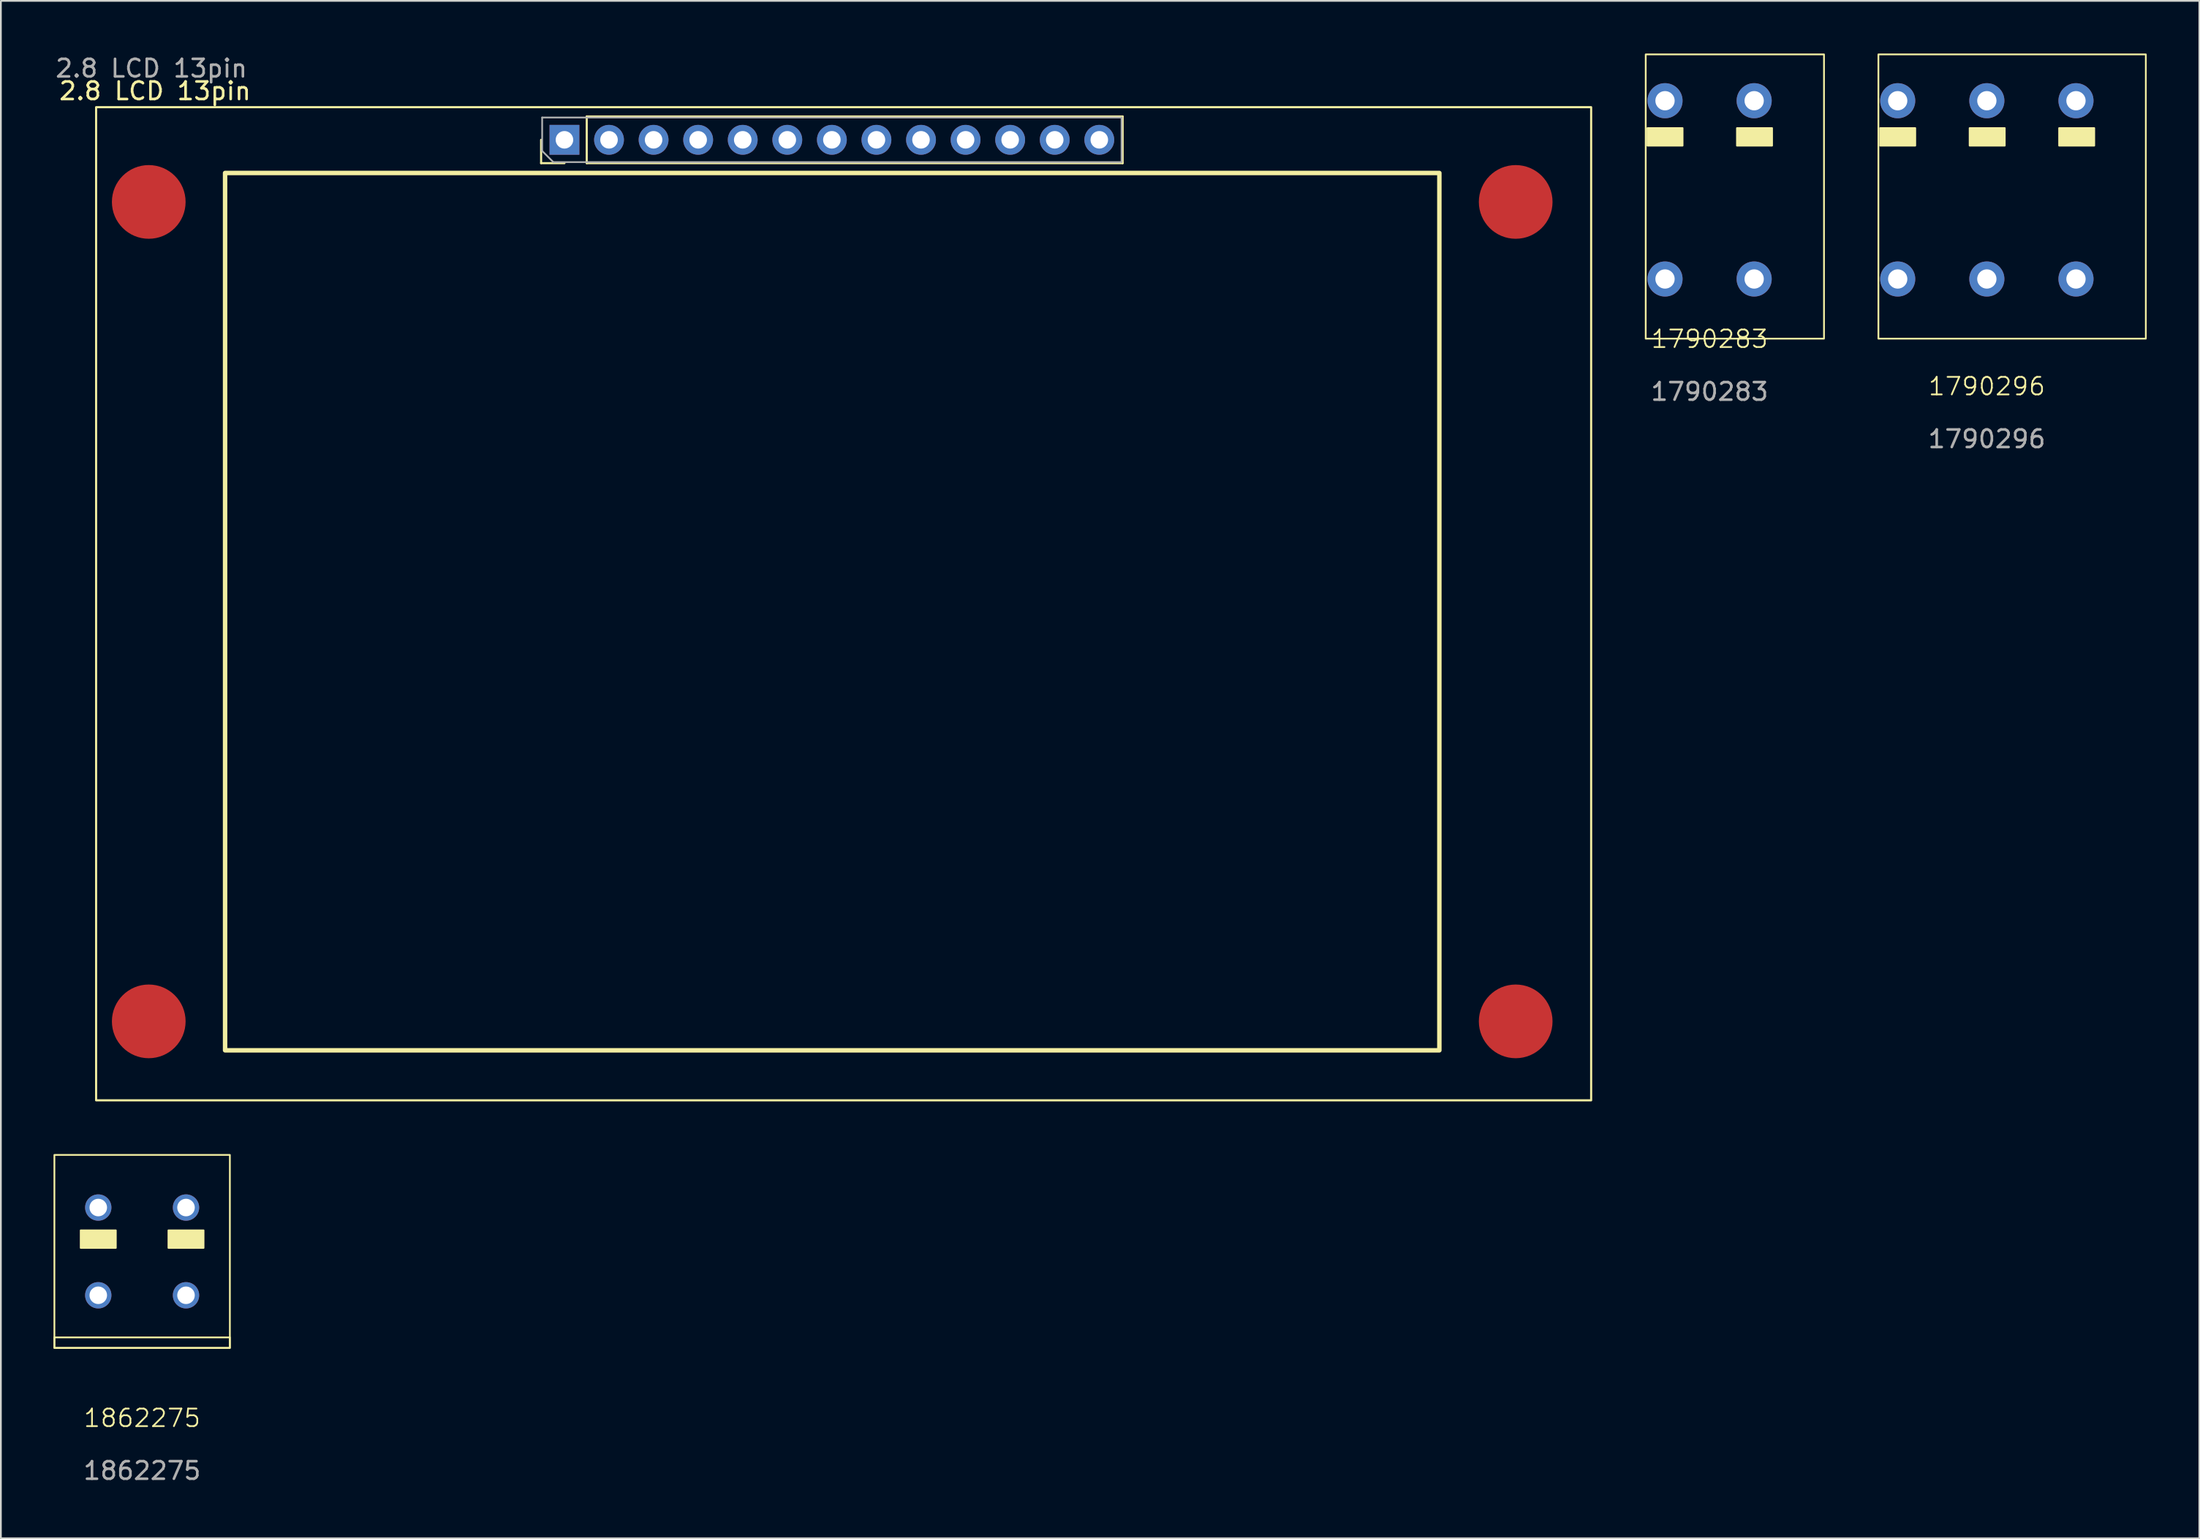
<source format=kicad_pcb>
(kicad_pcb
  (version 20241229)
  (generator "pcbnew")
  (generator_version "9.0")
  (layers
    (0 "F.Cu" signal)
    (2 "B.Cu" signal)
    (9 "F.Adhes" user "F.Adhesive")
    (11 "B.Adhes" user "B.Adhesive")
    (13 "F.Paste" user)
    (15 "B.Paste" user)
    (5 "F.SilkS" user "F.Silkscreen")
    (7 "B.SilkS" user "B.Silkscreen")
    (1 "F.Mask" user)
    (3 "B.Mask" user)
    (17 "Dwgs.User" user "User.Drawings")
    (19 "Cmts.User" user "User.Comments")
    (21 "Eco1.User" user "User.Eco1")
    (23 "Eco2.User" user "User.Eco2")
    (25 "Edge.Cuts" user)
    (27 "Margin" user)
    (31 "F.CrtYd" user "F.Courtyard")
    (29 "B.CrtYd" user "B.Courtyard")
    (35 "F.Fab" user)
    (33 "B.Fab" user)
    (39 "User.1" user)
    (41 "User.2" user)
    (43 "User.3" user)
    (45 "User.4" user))
  (footprint "2.8 LCD 13pin"
    (layer "F.Cu")
    (at 2.427 4.058)
    (property "Reference" "2.8 LCD 13pin" (at 3.36 -1.92 0) (unlocked yes) (layer "F.SilkS") (effects (font (size 1 1) (thickness 0.15))))
    (attr through_hole)
    (fp_line (start 25.36 2.19) (end 25.36 0.86) (stroke (width 0.12) (type solid)) (layer "F.SilkS"))
    (fp_line (start 26.69 2.19) (end 25.36 2.19) (stroke (width 0.12) (type solid)) (layer "F.SilkS"))
    (fp_line (start 27.96 -0.47) (end 58.5 -0.47) (stroke (width 0.12) (type solid)) (layer "F.SilkS"))
    (fp_line (start 27.96 2.19) (end 27.96 -0.47) (stroke (width 0.12) (type solid)) (layer "F.SilkS"))
    (fp_line (start 27.96 2.19) (end 58.5 2.19) (stroke (width 0.12) (type solid)) (layer "F.SilkS"))
    (fp_line (start 58.5 2.19) (end 58.5 -0.47) (stroke (width 0.12) (type solid)) (layer "F.SilkS"))
    (fp_rect (start 0 -1) (end 85.2 55.6) (stroke (width 0.12) (type solid)) (fill no) (layer "F.SilkS"))
    (fp_rect (start 7.35 2.75) (end 76.55 52.75) (stroke (width 0.254) (type solid)) (fill no) (layer "F.SilkS"))
    (fp_line (start 25.42 -0.41) (end 58.44 -0.41) (stroke (width 0.1) (type solid)) (layer "F.Fab"))
    (fp_line (start 25.42 1.495) (end 25.42 -0.41) (stroke (width 0.1) (type solid)) (layer "F.Fab"))
    (fp_line (start 26.055 2.13) (end 25.42 1.495) (stroke (width 0.1) (type solid)) (layer "F.Fab"))
    (fp_line (start 58.44 -0.41) (end 58.44 2.13) (stroke (width 0.1) (type solid)) (layer "F.Fab"))
    (fp_line (start 58.44 2.13) (end 26.055 2.13) (stroke (width 0.1) (type solid)) (layer "F.Fab"))
    (fp_text user "${REFERENCE}" (at 3.15 -3.21 0) (unlocked yes) (layer "F.Fab") (effects (font (size 1 1) (thickness 0.15))))
    (pad "1" connect circle (at 3 4.4) (size 4.2 4.2) (layers "F.Cu" "F.Mask"))
    (pad "1" connect circle (at 3 51.1) (size 4.2 4.2) (layers "F.Cu" "F.Mask"))
    (pad "1" thru_hole rect (at 26.69 0.86 90) (size 1.7 1.7) (drill 1) (layers "*.Cu" "*.Mask"))
    (pad "1" connect circle (at 80.9 4.4) (size 4.2 4.2) (layers "F.Cu" "F.Mask"))
    (pad "1" connect circle (at 80.9 51.1) (size 4.2 4.2) (layers "F.Cu" "F.Mask"))
    (pad "2" thru_hole oval (at 29.23 0.86 90) (size 1.7 1.7) (drill 1) (layers "*.Cu" "*.Mask"))
    (pad "3" thru_hole oval (at 31.77 0.86 90) (size 1.7 1.7) (drill 1) (layers "*.Cu" "*.Mask"))
    (pad "4" thru_hole oval (at 34.31 0.86 90) (size 1.7 1.7) (drill 1) (layers "*.Cu" "*.Mask"))
    (pad "5" thru_hole oval (at 36.85 0.86 90) (size 1.7 1.7) (drill 1) (layers "*.Cu" "*.Mask"))
    (pad "6" thru_hole oval (at 39.39 0.86 90) (size 1.7 1.7) (drill 1) (layers "*.Cu" "*.Mask"))
    (pad "7" thru_hole oval (at 41.93 0.86 90) (size 1.7 1.7) (drill 1) (layers "*.Cu" "*.Mask"))
    (pad "8" thru_hole oval (at 44.47 0.86 90) (size 1.7 1.7) (drill 1) (layers "*.Cu" "*.Mask"))
    (pad "9" thru_hole oval (at 47.01 0.86 90) (size 1.7 1.7) (drill 1) (layers "*.Cu" "*.Mask"))
    (pad "10" thru_hole oval (at 49.55 0.86 90) (size 1.7 1.7) (drill 1) (layers "*.Cu" "*.Mask"))
    (pad "11" thru_hole oval (at 52.09 0.86 90) (size 1.7 1.7) (drill 1) (layers "*.Cu" "*.Mask"))
    (pad "12" thru_hole oval (at 54.63 0.86 90) (size 1.7 1.7) (drill 1) (layers "*.Cu" "*.Mask"))
    (pad "13" thru_hole oval (at 57.17 0.86 90) (size 1.7 1.7) (drill 1) (layers "*.Cu" "*.Mask")))
  (footprint "1862275"
    (layer "F.Cu")
    (at 5.05 68.268)
    (property "Reference" "1862275" (at 0 9.5 0) (unlocked yes) (layer "F.SilkS") (effects (font (size 1 1) (thickness 0.1))))
    (attr through_hole)
    (fp_rect (start -5 -5.5) (end 5 5.5) (stroke (width 0.1) (type default)) (fill no) (layer "F.SilkS"))
    (fp_rect (start -5 4.9) (end 5 5.5) (stroke (width 0.1) (type default)) (fill no) (layer "F.SilkS"))
    (fp_rect (start -3.5 -1.2) (end -1.5 -0.2) (stroke (width 0.1) (type solid)) (fill yes) (layer "F.SilkS"))
    (fp_rect (start 1.5 -1.2) (end 3.5 -0.2) (stroke (width 0.1) (type solid)) (fill yes) (layer "F.SilkS"))
    (fp_text user "${REFERENCE}" (at 0 12.5 0) (unlocked yes) (layer "F.Fab") (effects (font (size 1 1) (thickness 0.15))))
    (pad "1" thru_hole circle (at -2.5 -2.5) (size 1.5 1.5) (drill 1) (layers "*.Cu" "*.Mask"))
    (pad "1" thru_hole circle (at -2.5 2.5) (size 1.5 1.5) (drill 1) (layers "*.Cu" "*.Mask"))
    (pad "2" thru_hole circle (at 2.5 -2.5) (size 1.5 1.5) (drill 1) (layers "*.Cu" "*.Mask"))
    (pad "2" thru_hole circle (at 2.5 2.5) (size 1.5 1.5) (drill 1) (layers "*.Cu" "*.Mask")))
  (footprint "1790296"
    (layer "F.Cu")
    (at 110.177 7.77)
    (property "Reference" "1790296" (at 0 11.2 0) (unlocked yes) (layer "F.SilkS") (effects (font (size 1 1) (thickness 0.1))))
    (attr through_hole)
    (fp_rect (start -6.18 -7.72) (end 9.06 8.48) (stroke (width 0.1) (type default)) (fill no) (layer "F.SilkS"))
    (fp_rect (start -6.08 -3.52) (end -4.08 -2.52) (stroke (width 0.1) (type solid)) (fill yes) (layer "F.SilkS"))
    (fp_rect (start -0.98 -3.52) (end 1.02 -2.52) (stroke (width 0.1) (type solid)) (fill yes) (layer "F.SilkS"))
    (fp_rect (start 4.12 -3.52) (end 6.12 -2.52) (stroke (width 0.1) (type solid)) (fill yes) (layer "F.SilkS"))
    (fp_text user "${REFERENCE}" (at 0 14.2 0) (unlocked yes) (layer "F.Fab") (effects (font (size 1 1) (thickness 0.15))))
    (pad "1" thru_hole circle (at -5.08 -5.08) (size 2 2) (drill 1.1) (layers "*.Cu" "*.Mask"))
    (pad "1" thru_hole circle (at -5.08 5.08) (size 2 2) (drill 1.1) (layers "*.Cu" "*.Mask"))
    (pad "2" thru_hole circle (at 0 -5.08) (size 2 2) (drill 1.1) (layers "*.Cu" "*.Mask"))
    (pad "2" thru_hole circle (at 0 5.08) (size 2 2) (drill 1.1) (layers "*.Cu" "*.Mask"))
    (pad "3" thru_hole circle (at 5.08 -5.08) (size 2 2) (drill 1.1) (layers "*.Cu" "*.Mask"))
    (pad "3" thru_hole circle (at 5.08 5.08) (size 2 2) (drill 1.1) (layers "*.Cu" "*.Mask")))
  (footprint "1790283"
    (layer "F.Cu")
    (at 94.377 7.77)
    (property "Reference" "1790283" (at 0 8.5 0) (unlocked yes) (layer "F.SilkS") (effects (font (size 1 1) (thickness 0.1))))
    (attr through_hole)
    (fp_rect (start -3.64 -7.72) (end 6.52 8.48) (stroke (width 0.1) (type default)) (fill no) (layer "F.SilkS"))
    (fp_rect (start -3.54 -3.52) (end -1.54 -2.52) (stroke (width 0.1) (type solid)) (fill yes) (layer "F.SilkS"))
    (fp_rect (start 1.56 -3.52) (end 3.56 -2.52) (stroke (width 0.1) (type solid)) (fill yes) (layer "F.SilkS"))
    (fp_text user "${REFERENCE}" (at 0 11.5 0) (unlocked yes) (layer "F.Fab") (effects (font (size 1 1) (thickness 0.15))))
    (pad "1" thru_hole circle (at -2.54 -5.08) (size 2 2) (drill 1.1) (layers "*.Cu" "*.Mask"))
    (pad "1" thru_hole circle (at -2.54 5.08) (size 2 2) (drill 1.1) (layers "*.Cu" "*.Mask"))
    (pad "2" thru_hole circle (at 2.54 -5.08) (size 2 2) (drill 1.1) (layers "*.Cu" "*.Mask"))
    (pad "2" thru_hole circle (at 2.54 5.08) (size 2 2) (drill 1.1) (layers "*.Cu" "*.Mask")))
  (gr_rect
    (start -3 -3)
    (end 122.287 84.617)
    (stroke (width 0.1) (type default))
    (fill no)
    (layer "Edge.Cuts")))
</source>
